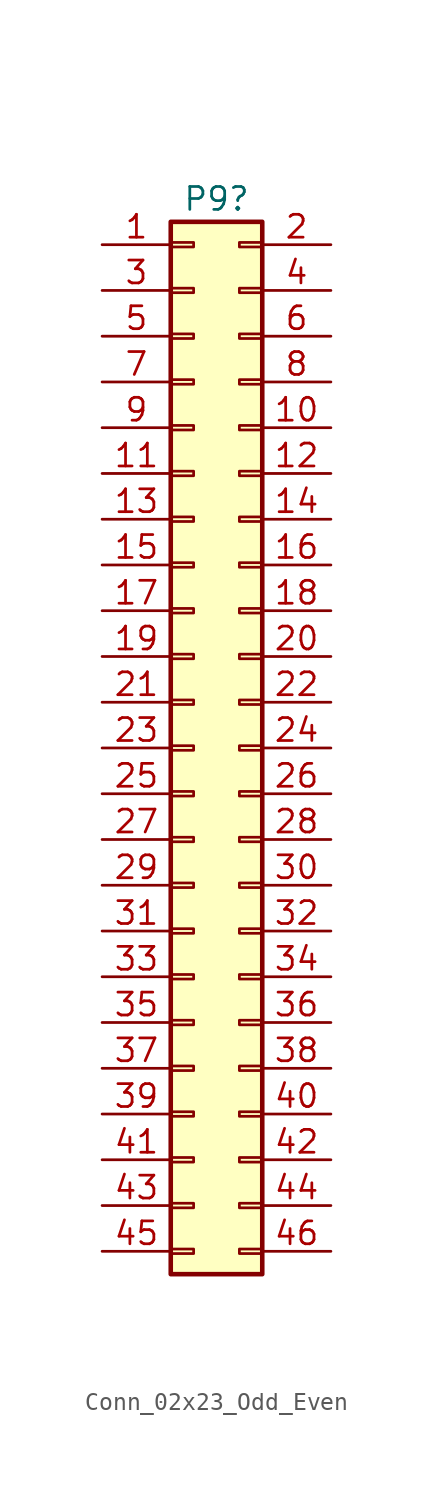
<source format=kicad_sym>
(kicad_symbol_lib
  (version 20241209)
  (generator "kicad_symbol_editor")
  (generator_version "9.0")
  (symbol "Conn_02x23_Odd_Even"
    (pin_names
      (offset 1.016)
      (hide yes))
    (property "Reference" "P9"
      (at 1.27 30.48 0)
      (effects (font (size 1.27 1.27))))
    (property "Datasheet" ""
      (at 0 -21.59 0)
      (effects (font (size 1.524 1.524))))
    (symbol "Conn_02x23_Odd_Even_1_1"
      (rectangle (start -1.27 29.21) (end 3.81 -29.21) (stroke (width 0.254) (type default)) (fill (type background)))
      (rectangle (start -1.27 28.067) (end 0 27.813) (stroke (width 0.152) (type default)) (fill (type none)))
      (rectangle (start -1.27 25.527) (end 0 25.273) (stroke (width 0.152) (type default)) (fill (type none)))
      (rectangle (start -1.27 22.987) (end 0 22.733) (stroke (width 0.152) (type default)) (fill (type none)))
      (rectangle (start -1.27 20.447) (end 0 20.193) (stroke (width 0.152) (type default)) (fill (type none)))
      (rectangle (start -1.27 17.907) (end 0 17.653) (stroke (width 0.152) (type default)) (fill (type none)))
      (rectangle (start -1.27 15.367) (end 0 15.113) (stroke (width 0.152) (type default)) (fill (type none)))
      (rectangle (start -1.27 12.827) (end 0 12.573) (stroke (width 0.152) (type default)) (fill (type none)))
      (rectangle (start -1.27 10.287) (end 0 10.033) (stroke (width 0.152) (type default)) (fill (type none)))
      (rectangle (start -1.27 7.747) (end 0 7.493) (stroke (width 0.152) (type default)) (fill (type none)))
      (rectangle (start -1.27 5.207) (end 0 4.953) (stroke (width 0.152) (type default)) (fill (type none)))
      (rectangle (start -1.27 2.667) (end 0 2.413) (stroke (width 0.152) (type default)) (fill (type none)))
      (rectangle (start -1.27 0.127) (end 0 -0.127) (stroke (width 0.152) (type default)) (fill (type none)))
      (rectangle (start -1.27 -2.413) (end 0 -2.667) (stroke (width 0.152) (type default)) (fill (type none)))
      (rectangle (start -1.27 -4.953) (end 0 -5.207) (stroke (width 0.152) (type default)) (fill (type none)))
      (rectangle (start -1.27 -7.493) (end 0 -7.747) (stroke (width 0.152) (type default)) (fill (type none)))
      (rectangle (start -1.27 -10.033) (end 0 -10.287) (stroke (width 0.152) (type default)) (fill (type none)))
      (rectangle (start -1.27 -12.573) (end 0 -12.827) (stroke (width 0.152) (type default)) (fill (type none)))
      (rectangle (start -1.27 -15.113) (end 0 -15.367) (stroke (width 0.152) (type default)) (fill (type none)))
      (rectangle (start -1.27 -17.653) (end 0 -17.907) (stroke (width 0.152) (type default)) (fill (type none)))
      (rectangle (start -1.27 -20.193) (end 0 -20.447) (stroke (width 0.152) (type default)) (fill (type none)))
      (rectangle (start -1.27 -22.733) (end 0 -22.987) (stroke (width 0.152) (type default)) (fill (type none)))
      (rectangle (start -1.27 -25.273) (end 0 -25.527) (stroke (width 0.152) (type default)) (fill (type none)))
      (rectangle (start -1.27 -27.813) (end 0 -28.067) (stroke (width 0.152) (type default)) (fill (type none)))
      (rectangle (start 3.81 28.067) (end 2.54 27.813) (stroke (width 0.152) (type default)) (fill (type none)))
      (rectangle (start 3.81 25.527) (end 2.54 25.273) (stroke (width 0.152) (type default)) (fill (type none)))
      (rectangle (start 3.81 22.987) (end 2.54 22.733) (stroke (width 0.152) (type default)) (fill (type none)))
      (rectangle (start 3.81 20.447) (end 2.54 20.193) (stroke (width 0.152) (type default)) (fill (type none)))
      (rectangle (start 3.81 17.907) (end 2.54 17.653) (stroke (width 0.152) (type default)) (fill (type none)))
      (rectangle (start 3.81 15.367) (end 2.54 15.113) (stroke (width 0.152) (type default)) (fill (type none)))
      (rectangle (start 3.81 12.827) (end 2.54 12.573) (stroke (width 0.152) (type default)) (fill (type none)))
      (rectangle (start 3.81 10.287) (end 2.54 10.033) (stroke (width 0.152) (type default)) (fill (type none)))
      (rectangle (start 3.81 7.747) (end 2.54 7.493) (stroke (width 0.152) (type default)) (fill (type none)))
      (rectangle (start 3.81 5.207) (end 2.54 4.953) (stroke (width 0.152) (type default)) (fill (type none)))
      (rectangle (start 3.81 2.667) (end 2.54 2.413) (stroke (width 0.152) (type default)) (fill (type none)))
      (rectangle (start 3.81 0.127) (end 2.54 -0.127) (stroke (width 0.152) (type default)) (fill (type none)))
      (rectangle (start 3.81 -2.413) (end 2.54 -2.667) (stroke (width 0.152) (type default)) (fill (type none)))
      (rectangle (start 3.81 -4.953) (end 2.54 -5.207) (stroke (width 0.152) (type default)) (fill (type none)))
      (rectangle (start 3.81 -7.493) (end 2.54 -7.747) (stroke (width 0.152) (type default)) (fill (type none)))
      (rectangle (start 3.81 -10.033) (end 2.54 -10.287) (stroke (width 0.152) (type default)) (fill (type none)))
      (rectangle (start 3.81 -12.573) (end 2.54 -12.827) (stroke (width 0.152) (type default)) (fill (type none)))
      (rectangle (start 3.81 -15.113) (end 2.54 -15.367) (stroke (width 0.152) (type default)) (fill (type none)))
      (rectangle (start 3.81 -17.653) (end 2.54 -17.907) (stroke (width 0.152) (type default)) (fill (type none)))
      (rectangle (start 3.81 -20.193) (end 2.54 -20.447) (stroke (width 0.152) (type default)) (fill (type none)))
      (rectangle (start 3.81 -22.733) (end 2.54 -22.987) (stroke (width 0.152) (type default)) (fill (type none)))
      (rectangle (start 3.81 -25.273) (end 2.54 -25.527) (stroke (width 0.152) (type default)) (fill (type none)))
      (rectangle (start 3.81 -27.813) (end 2.54 -28.067) (stroke (width 0.152) (type default)) (fill (type none)))
      (pin power_out line (at -5.08 27.94 0) (length 3.81) (name "Pin_1" (effects (font (size 1.27 1.27)))) (number "1" (effects (font (size 1.27 1.27)))))
      (pin power_out line (at -5.08 25.4 0) (length 3.81) (name "Pin_3" (effects (font (size 1.27 1.27)))) (number "3" (effects (font (size 1.27 1.27)))))
      (pin power_out line (at -5.08 22.86 0) (length 3.81) (name "Pin_5" (effects (font (size 1.27 1.27)))) (number "5" (effects (font (size 1.27 1.27)))))
      (pin power_out line (at -5.08 20.32 0) (length 3.81) (name "Pin_7" (effects (font (size 1.27 1.27)))) (number "7" (effects (font (size 1.27 1.27)))))
      (pin passive line (at -5.08 17.78 0) (length 3.81) (name "Pin_9" (effects (font (size 1.27 1.27)))) (number "9" (effects (font (size 1.27 1.27)))))
      (pin passive line (at -5.08 15.24 0) (length 3.81) (name "Pin_11" (effects (font (size 1.27 1.27)))) (number "11" (effects (font (size 1.27 1.27)))))
      (pin passive line (at -5.08 12.7 0) (length 3.81) (name "Pin_13" (effects (font (size 1.27 1.27)))) (number "13" (effects (font (size 1.27 1.27)))))
      (pin passive line (at -5.08 10.16 0) (length 3.81) (name "Pin_15" (effects (font (size 1.27 1.27)))) (number "15" (effects (font (size 1.27 1.27)))))
      (pin passive line (at -5.08 7.62 0) (length 3.81) (name "Pin_17" (effects (font (size 1.27 1.27)))) (number "17" (effects (font (size 1.27 1.27)))))
      (pin passive line (at -5.08 5.08 0) (length 3.81) (name "Pin_19" (effects (font (size 1.27 1.27)))) (number "19" (effects (font (size 1.27 1.27)))))
      (pin passive line (at -5.08 2.54 0) (length 3.81) (name "Pin_21" (effects (font (size 1.27 1.27)))) (number "21" (effects (font (size 1.27 1.27)))))
      (pin passive line (at -5.08 0 0) (length 3.81) (name "Pin_23" (effects (font (size 1.27 1.27)))) (number "23" (effects (font (size 1.27 1.27)))))
      (pin passive line (at -5.08 -2.54 0) (length 3.81) (name "Pin_25" (effects (font (size 1.27 1.27)))) (number "25" (effects (font (size 1.27 1.27)))))
      (pin passive line (at -5.08 -5.08 0) (length 3.81) (name "Pin_27" (effects (font (size 1.27 1.27)))) (number "27" (effects (font (size 1.27 1.27)))))
      (pin passive line (at -5.08 -7.62 0) (length 3.81) (name "Pin_29" (effects (font (size 1.27 1.27)))) (number "29" (effects (font (size 1.27 1.27)))))
      (pin passive line (at -5.08 -10.16 0) (length 3.81) (name "Pin_31" (effects (font (size 1.27 1.27)))) (number "31" (effects (font (size 1.27 1.27)))))
      (pin passive line (at -5.08 -12.7 0) (length 3.81) (name "Pin_33" (effects (font (size 1.27 1.27)))) (number "33" (effects (font (size 1.27 1.27)))))
      (pin passive line (at -5.08 -15.24 0) (length 3.81) (name "Pin_35" (effects (font (size 1.27 1.27)))) (number "35" (effects (font (size 1.27 1.27)))))
      (pin passive line (at -5.08 -17.78 0) (length 3.81) (name "Pin_37" (effects (font (size 1.27 1.27)))) (number "37" (effects (font (size 1.27 1.27)))))
      (pin passive line (at -5.08 -20.32 0) (length 3.81) (name "Pin_39" (effects (font (size 1.27 1.27)))) (number "39" (effects (font (size 1.27 1.27)))))
      (pin passive line (at -5.08 -22.86 0) (length 3.81) (name "Pin_41" (effects (font (size 1.27 1.27)))) (number "41" (effects (font (size 1.27 1.27)))))
      (pin power_out line (at -5.08 -25.4 0) (length 3.81) (name "Pin_43" (effects (font (size 1.27 1.27)))) (number "43" (effects (font (size 1.27 1.27)))))
      (pin power_out line (at -5.08 -27.94 0) (length 3.81) (name "Pin_45" (effects (font (size 1.27 1.27)))) (number "45" (effects (font (size 1.27 1.27)))))
      (pin power_out line (at 7.62 27.94 180) (length 3.81) (name "Pin_2" (effects (font (size 1.27 1.27)))) (number "2" (effects (font (size 1.27 1.27)))))
      (pin power_out line (at 7.62 25.4 180) (length 3.81) (name "Pin_4" (effects (font (size 1.27 1.27)))) (number "4" (effects (font (size 1.27 1.27)))))
      (pin power_out line (at 7.62 22.86 180) (length 3.81) (name "Pin_6" (effects (font (size 1.27 1.27)))) (number "6" (effects (font (size 1.27 1.27)))))
      (pin power_out line (at 7.62 20.32 180) (length 3.81) (name "Pin_8" (effects (font (size 1.27 1.27)))) (number "8" (effects (font (size 1.27 1.27)))))
      (pin passive line (at 7.62 17.78 180) (length 3.81) (name "Pin_10" (effects (font (size 1.27 1.27)))) (number "10" (effects (font (size 1.27 1.27)))))
      (pin passive line (at 7.62 15.24 180) (length 3.81) (name "Pin_12" (effects (font (size 1.27 1.27)))) (number "12" (effects (font (size 1.27 1.27)))))
      (pin passive line (at 7.62 12.7 180) (length 3.81) (name "Pin_14" (effects (font (size 1.27 1.27)))) (number "14" (effects (font (size 1.27 1.27)))))
      (pin passive line (at 7.62 10.16 180) (length 3.81) (name "Pin_16" (effects (font (size 1.27 1.27)))) (number "16" (effects (font (size 1.27 1.27)))))
      (pin passive line (at 7.62 7.62 180) (length 3.81) (name "Pin_18" (effects (font (size 1.27 1.27)))) (number "18" (effects (font (size 1.27 1.27)))))
      (pin passive line (at 7.62 5.08 180) (length 3.81) (name "Pin_20" (effects (font (size 1.27 1.27)))) (number "20" (effects (font (size 1.27 1.27)))))
      (pin passive line (at 7.62 2.54 180) (length 3.81) (name "Pin_22" (effects (font (size 1.27 1.27)))) (number "22" (effects (font (size 1.27 1.27)))))
      (pin passive line (at 7.62 0 180) (length 3.81) (name "Pin_24" (effects (font (size 1.27 1.27)))) (number "24" (effects (font (size 1.27 1.27)))))
      (pin passive line (at 7.62 -2.54 180) (length 3.81) (name "Pin_26" (effects (font (size 1.27 1.27)))) (number "26" (effects (font (size 1.27 1.27)))))
      (pin passive line (at 7.62 -5.08 180) (length 3.81) (name "Pin_28" (effects (font (size 1.27 1.27)))) (number "28" (effects (font (size 1.27 1.27)))))
      (pin passive line (at 7.62 -7.62 180) (length 3.81) (name "Pin_30" (effects (font (size 1.27 1.27)))) (number "30" (effects (font (size 1.27 1.27)))))
      (pin power_out line (at 7.62 -10.16 180) (length 3.81) (name "Pin_32" (effects (font (size 1.27 1.27)))) (number "32" (effects (font (size 1.27 1.27)))))
      (pin power_out line (at 7.62 -12.7 180) (length 3.81) (name "Pin_34" (effects (font (size 1.27 1.27)))) (number "34" (effects (font (size 1.27 1.27)))))
      (pin passive line (at 7.62 -15.24 180) (length 3.81) (name "Pin_36" (effects (font (size 1.27 1.27)))) (number "36" (effects (font (size 1.27 1.27)))))
      (pin passive line (at 7.62 -17.78 180) (length 3.81) (name "Pin_38" (effects (font (size 1.27 1.27)))) (number "38" (effects (font (size 1.27 1.27)))))
      (pin passive line (at 7.62 -20.32 180) (length 3.81) (name "Pin_40" (effects (font (size 1.27 1.27)))) (number "40" (effects (font (size 1.27 1.27)))))
      (pin passive line (at 7.62 -22.86 180) (length 3.81) (name "Pin_42" (effects (font (size 1.27 1.27)))) (number "42" (effects (font (size 1.27 1.27)))))
      (pin power_out line (at 7.62 -25.4 180) (length 3.81) (name "Pin_44" (effects (font (size 1.27 1.27)))) (number "44" (effects (font (size 1.27 1.27)))))
      (pin power_out line (at 7.62 -27.94 180) (length 3.81) (name "Pin_46" (effects (font (size 1.27 1.27)))) (number "46" (effects (font (size 1.27 1.27))))))))
</source>
